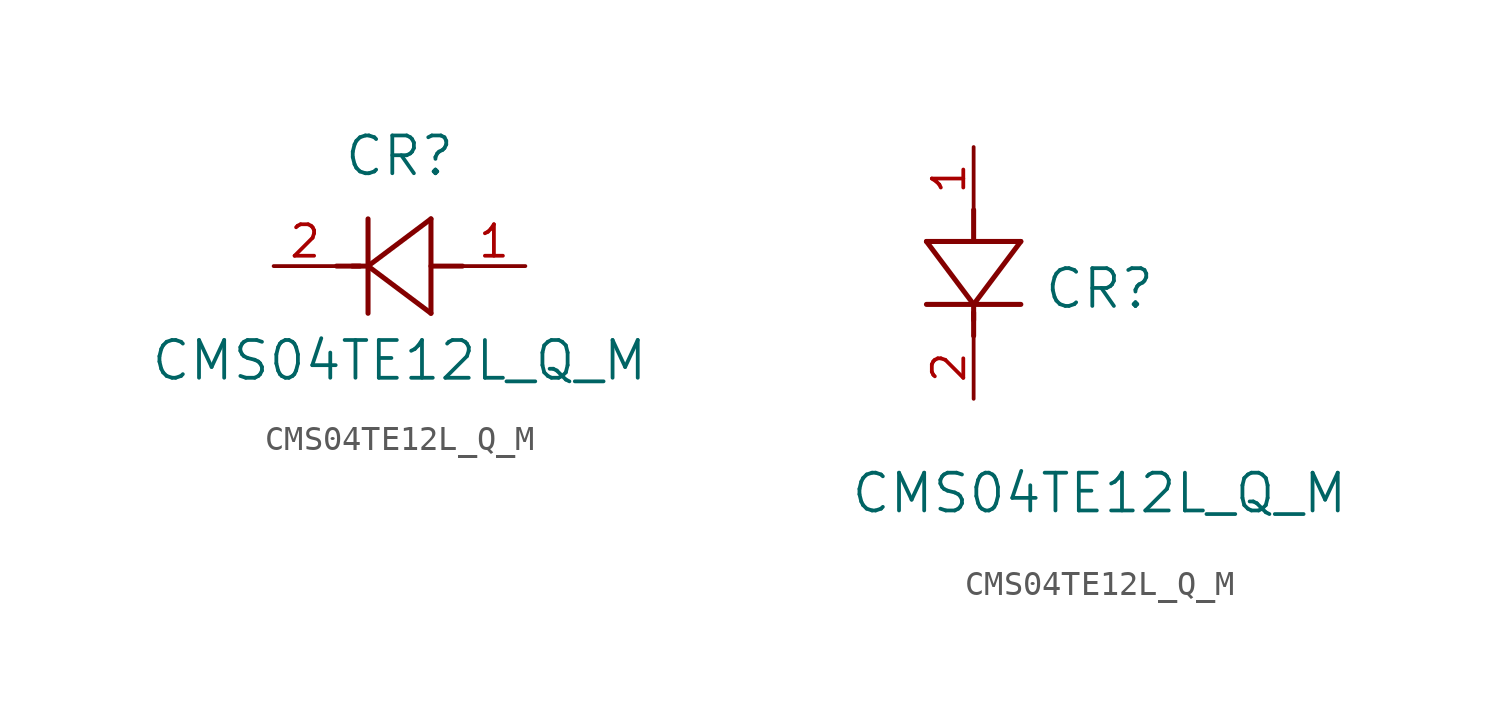
<source format=kicad_sym>
(kicad_symbol_lib
  (version 20211014)
  (generator kicad_symbol_editor)
  (symbol "CMS04TE12L_Q_M"
    (pin_names
      (offset 0.254))
    (property "Reference" "CR"
      (at 5.08 4.445 0)
      (effects (font (size 1.524 1.524))))
    (property "Value" "CMS04TE12L_Q_M"
      (at 5.08 -3.81 0)
      (effects (font (size 1.524 1.524))))
    (symbol "CMS04TE12L_Q_M_1_1"
      (polyline (pts (xy 2.54 0) (xy 3.48 0)) (stroke (width 0.203) (type default) (color 0 0 0 0)) (fill (type none)))
      (polyline (pts (xy 3.81 1.905) (xy 3.81 -1.905)) (stroke (width 0.203) (type default) (color 0 0 0 0)) (fill (type none)))
      (polyline (pts (xy 3.175 0) (xy 3.81 0)) (stroke (width 0.203) (type default) (color 0 0 0 0)) (fill (type none)))
      (polyline (pts (xy 6.35 -1.905) (xy 6.35 1.905)) (stroke (width 0.203) (type default) (color 0 0 0 0)) (fill (type none)))
      (polyline (pts (xy 6.35 0) (xy 7.62 0)) (stroke (width 0.203) (type default) (color 0 0 0 0)) (fill (type none)))
      (polyline (pts (xy 6.35 1.905) (xy 3.81 0)) (stroke (width 0.203) (type default) (color 0 0 0 0)) (fill (type none)))
      (polyline (pts (xy 3.81 0) (xy 6.35 -1.905)) (stroke (width 0.203) (type default) (color 0 0 0 0)) (fill (type none)))
      (pin unspecified line (at 0 0 0) (length 2.54) (name "" (effects (font (size 1.27 1.27)))) (number "2" (effects (font (size 1.27 1.27)))))
      (pin unspecified line (at 10.16 0 180) (length 2.54) (name "" (effects (font (size 1.27 1.27)))) (number "1" (effects (font (size 1.27 1.27))))))
    (symbol "CMS04TE12L_Q_M_1_2"
      (polyline (pts (xy 0 2.54) (xy 0 3.48)) (stroke (width 0.203) (type default) (color 0 0 0 0)) (fill (type none)))
      (polyline (pts (xy -1.905 3.81) (xy 1.905 3.81)) (stroke (width 0.203) (type default) (color 0 0 0 0)) (fill (type none)))
      (polyline (pts (xy 0 3.175) (xy 0 3.81)) (stroke (width 0.203) (type default) (color 0 0 0 0)) (fill (type none)))
      (polyline (pts (xy 1.905 6.35) (xy -1.905 6.35)) (stroke (width 0.203) (type default) (color 0 0 0 0)) (fill (type none)))
      (polyline (pts (xy 0 6.35) (xy 0 7.62)) (stroke (width 0.203) (type default) (color 0 0 0 0)) (fill (type none)))
      (polyline (pts (xy -1.905 6.35) (xy 0 3.81)) (stroke (width 0.203) (type default) (color 0 0 0 0)) (fill (type none)))
      (polyline (pts (xy 1.905 6.35) (xy 0 3.81)) (stroke (width 0.203) (type default) (color 0 0 0 0)) (fill (type none)))
      (pin unspecified line (at 0 0 90) (length 2.54) (name "" (effects (font (size 1.27 1.27)))) (number "2" (effects (font (size 1.27 1.27)))))
      (pin unspecified line (at 0 10.16 270) (length 2.54) (name "" (effects (font (size 1.27 1.27)))) (number "1" (effects (font (size 1.27 1.27))))))))
</source>
